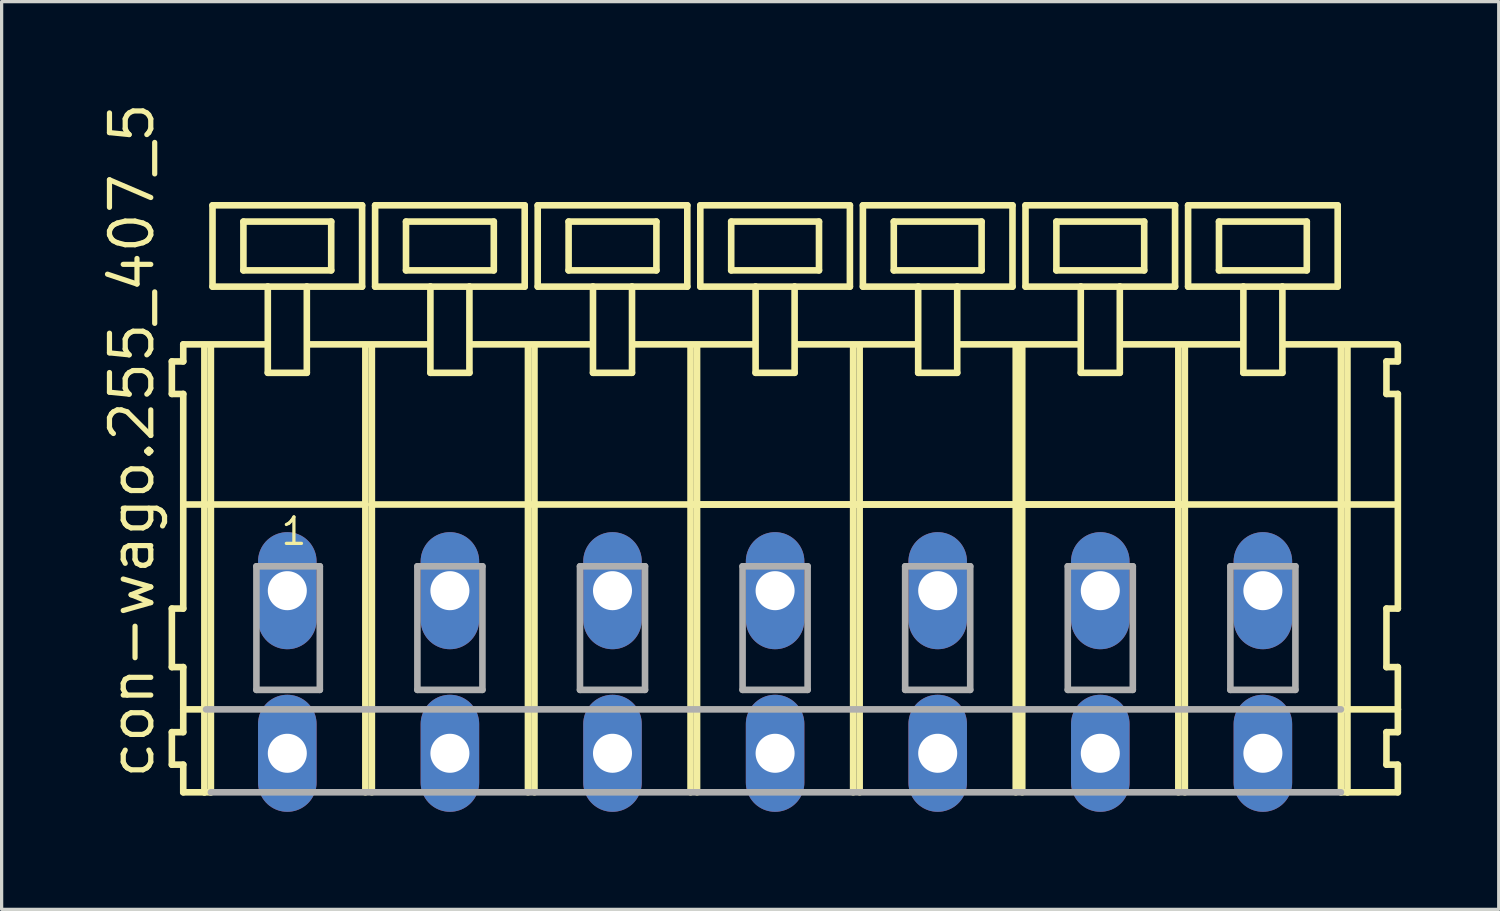
<source format=kicad_pcb>
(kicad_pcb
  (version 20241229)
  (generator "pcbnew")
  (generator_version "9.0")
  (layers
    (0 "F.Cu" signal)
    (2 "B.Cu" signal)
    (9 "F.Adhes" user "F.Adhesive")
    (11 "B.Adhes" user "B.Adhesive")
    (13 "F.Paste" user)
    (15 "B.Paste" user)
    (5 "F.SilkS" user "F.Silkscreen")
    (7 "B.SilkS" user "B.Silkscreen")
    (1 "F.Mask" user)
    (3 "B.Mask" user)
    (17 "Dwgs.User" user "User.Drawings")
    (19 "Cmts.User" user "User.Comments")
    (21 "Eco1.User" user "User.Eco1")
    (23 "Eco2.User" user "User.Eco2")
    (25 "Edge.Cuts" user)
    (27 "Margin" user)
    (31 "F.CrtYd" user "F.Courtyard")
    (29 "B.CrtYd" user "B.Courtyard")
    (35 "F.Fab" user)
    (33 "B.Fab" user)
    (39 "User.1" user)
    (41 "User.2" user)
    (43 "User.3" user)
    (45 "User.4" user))
  (footprint "con-wago.255_407_5"
    (layer "F.Cu")
    (at 18.285 15.114)
    (property "Reference" "con-wago.255_407_5" (at -16.535 5.855 90) (layer "F.SilkS") (effects (font (size 1.27 1.27) (thickness 0.16)) (justify left bottom)))
    (attr through_hole)
    (fp_line (start -16.05 -7.05) (end -16.05 -6.05) (stroke (width 0.203) (type default)) (layer "F.SilkS"))
    (fp_line (start -16.05 -6.05) (end -15.7 -6.05) (stroke (width 0.203) (type default)) (layer "F.SilkS"))
    (fp_line (start -16.05 0.55) (end -16.05 2.35) (stroke (width 0.203) (type default)) (layer "F.SilkS"))
    (fp_line (start -16.05 2.35) (end -15.7 2.35) (stroke (width 0.203) (type default)) (layer "F.SilkS"))
    (fp_line (start -16.05 4.35) (end -16.05 5.35) (stroke (width 0.203) (type default)) (layer "F.SilkS"))
    (fp_line (start -16.05 5.35) (end -15.7 5.35) (stroke (width 0.203) (type default)) (layer "F.SilkS"))
    (fp_line (start -15.7 -7.575) (end -15.7 -7.05) (stroke (width 0.203) (type default)) (layer "F.SilkS"))
    (fp_line (start -15.7 -7.575) (end -13.125 -7.575) (stroke (width 0.203) (type default)) (layer "F.SilkS"))
    (fp_line (start -15.7 -7.05) (end -16.05 -7.05) (stroke (width 0.203) (type default)) (layer "F.SilkS"))
    (fp_line (start -15.7 -6.05) (end -15.7 0.55) (stroke (width 0.203) (type default)) (layer "F.SilkS"))
    (fp_line (start -15.7 0.55) (end -16.05 0.55) (stroke (width 0.203) (type default)) (layer "F.SilkS"))
    (fp_line (start -15.7 2.35) (end -15.7 4.35) (stroke (width 0.203) (type default)) (layer "F.SilkS"))
    (fp_line (start -15.7 3.65) (end -15 3.65) (stroke (width 0.203) (type default)) (layer "F.SilkS"))
    (fp_line (start -15.7 4.35) (end -16.05 4.35) (stroke (width 0.203) (type default)) (layer "F.SilkS"))
    (fp_line (start -15.7 5.35) (end -15.7 6.2) (stroke (width 0.203) (type default)) (layer "F.SilkS"))
    (fp_line (start -15.7 6.2) (end -15.05 6.2) (stroke (width 0.203) (type default)) (layer "F.SilkS"))
    (fp_line (start -15.65 -2.65) (end -10.1 -2.65) (stroke (width 0.203) (type default)) (layer "F.SilkS"))
    (fp_line (start -15.05 -7.55) (end -15.05 6.2) (stroke (width 0.203) (type default)) (layer "F.SilkS"))
    (fp_line (start -15.05 6.2) (end -14.85 6.2) (stroke (width 0.203) (type default)) (layer "F.SilkS"))
    (fp_line (start -14.85 -7.55) (end -14.85 6.2) (stroke (width 0.203) (type default)) (layer "F.SilkS"))
    (fp_line (start -14.8 -11.85) (end -14.8 -9.35) (stroke (width 0.203) (type default)) (layer "F.SilkS"))
    (fp_line (start -14.8 -9.35) (end -13.1 -9.35) (stroke (width 0.203) (type default)) (layer "F.SilkS"))
    (fp_line (start -13.85 -11.35) (end -13.85 -9.85) (stroke (width 0.203) (type default)) (layer "F.SilkS"))
    (fp_line (start -13.85 -9.85) (end -11.15 -9.85) (stroke (width 0.203) (type default)) (layer "F.SilkS"))
    (fp_line (start -13.1 -9.35) (end -13.1 -6.7) (stroke (width 0.203) (type default)) (layer "F.SilkS"))
    (fp_line (start -13.1 -9.35) (end -11.9 -9.35) (stroke (width 0.203) (type default)) (layer "F.SilkS"))
    (fp_line (start -13.1 -6.7) (end -11.9 -6.7) (stroke (width 0.203) (type default)) (layer "F.SilkS"))
    (fp_line (start -11.9 -9.35) (end -10.2 -9.35) (stroke (width 0.203) (type default)) (layer "F.SilkS"))
    (fp_line (start -11.9 -6.7) (end -11.9 -9.35) (stroke (width 0.203) (type default)) (layer "F.SilkS"))
    (fp_line (start -11.825 -7.575) (end -8.125 -7.575) (stroke (width 0.203) (type default)) (layer "F.SilkS"))
    (fp_line (start -11.15 -11.35) (end -13.85 -11.35) (stroke (width 0.203) (type default)) (layer "F.SilkS"))
    (fp_line (start -11.15 -9.85) (end -11.15 -11.35) (stroke (width 0.203) (type default)) (layer "F.SilkS"))
    (fp_line (start -10.2 -11.85) (end -14.8 -11.85) (stroke (width 0.203) (type default)) (layer "F.SilkS"))
    (fp_line (start -10.2 -9.35) (end -10.2 -11.85) (stroke (width 0.203) (type default)) (layer "F.SilkS"))
    (fp_line (start -10.1 -7.55) (end -10.1 -2.65) (stroke (width 0.203) (type default)) (layer "F.SilkS"))
    (fp_line (start -10.1 -2.65) (end -10.1 6.2) (stroke (width 0.203) (type default)) (layer "F.SilkS"))
    (fp_line (start -9.9 -7.55) (end -9.9 -2.65) (stroke (width 0.203) (type default)) (layer "F.SilkS"))
    (fp_line (start -9.9 -2.65) (end -9.9 6.2) (stroke (width 0.203) (type default)) (layer "F.SilkS"))
    (fp_line (start -9.9 -2.65) (end -5.1 -2.65) (stroke (width 0.203) (type default)) (layer "F.SilkS"))
    (fp_line (start -9.8 -11.85) (end -9.8 -9.35) (stroke (width 0.203) (type default)) (layer "F.SilkS"))
    (fp_line (start -9.8 -9.35) (end -8.1 -9.35) (stroke (width 0.203) (type default)) (layer "F.SilkS"))
    (fp_line (start -8.85 -11.35) (end -8.85 -9.85) (stroke (width 0.203) (type default)) (layer "F.SilkS"))
    (fp_line (start -8.85 -9.85) (end -6.15 -9.85) (stroke (width 0.203) (type default)) (layer "F.SilkS"))
    (fp_line (start -8.1 -9.35) (end -8.1 -6.7) (stroke (width 0.203) (type default)) (layer "F.SilkS"))
    (fp_line (start -8.1 -9.35) (end -6.9 -9.35) (stroke (width 0.203) (type default)) (layer "F.SilkS"))
    (fp_line (start -8.1 -6.7) (end -6.9 -6.7) (stroke (width 0.203) (type default)) (layer "F.SilkS"))
    (fp_line (start -6.9 -9.35) (end -5.2 -9.35) (stroke (width 0.203) (type default)) (layer "F.SilkS"))
    (fp_line (start -6.9 -6.7) (end -6.9 -9.35) (stroke (width 0.203) (type default)) (layer "F.SilkS"))
    (fp_line (start -6.875 -7.575) (end -3.125 -7.575) (stroke (width 0.203) (type default)) (layer "F.SilkS"))
    (fp_line (start -6.15 -11.35) (end -8.85 -11.35) (stroke (width 0.203) (type default)) (layer "F.SilkS"))
    (fp_line (start -6.15 -9.85) (end -6.15 -11.35) (stroke (width 0.203) (type default)) (layer "F.SilkS"))
    (fp_line (start -5.2 -11.85) (end -9.8 -11.85) (stroke (width 0.203) (type default)) (layer "F.SilkS"))
    (fp_line (start -5.2 -9.35) (end -5.2 -11.85) (stroke (width 0.203) (type default)) (layer "F.SilkS"))
    (fp_line (start -5.1 -7.55) (end -5.1 -2.65) (stroke (width 0.203) (type default)) (layer "F.SilkS"))
    (fp_line (start -5.1 -2.65) (end -5.1 6.2) (stroke (width 0.203) (type default)) (layer "F.SilkS"))
    (fp_line (start -5.1 -2.65) (end -4.9 -2.65) (stroke (width 0.203) (type default)) (layer "F.SilkS"))
    (fp_line (start -4.9 -7.55) (end -4.9 -2.65) (stroke (width 0.203) (type default)) (layer "F.SilkS"))
    (fp_line (start -4.9 -2.65) (end -4.9 6.2) (stroke (width 0.203) (type default)) (layer "F.SilkS"))
    (fp_line (start -4.9 -2.65) (end -0.1 -2.65) (stroke (width 0.203) (type default)) (layer "F.SilkS"))
    (fp_line (start -4.8 -11.85) (end -4.8 -9.35) (stroke (width 0.203) (type default)) (layer "F.SilkS"))
    (fp_line (start -4.8 -9.35) (end -3.1 -9.35) (stroke (width 0.203) (type default)) (layer "F.SilkS"))
    (fp_line (start -3.85 -11.35) (end -3.85 -9.85) (stroke (width 0.203) (type default)) (layer "F.SilkS"))
    (fp_line (start -3.85 -9.85) (end -1.15 -9.85) (stroke (width 0.203) (type default)) (layer "F.SilkS"))
    (fp_line (start -3.1 -9.35) (end -3.1 -6.7) (stroke (width 0.203) (type default)) (layer "F.SilkS"))
    (fp_line (start -3.1 -9.35) (end -1.9 -9.35) (stroke (width 0.203) (type default)) (layer "F.SilkS"))
    (fp_line (start -3.1 -6.7) (end -1.9 -6.7) (stroke (width 0.203) (type default)) (layer "F.SilkS"))
    (fp_line (start -1.9 -9.35) (end -0.2 -9.35) (stroke (width 0.203) (type default)) (layer "F.SilkS"))
    (fp_line (start -1.9 -6.7) (end -1.9 -9.35) (stroke (width 0.203) (type default)) (layer "F.SilkS"))
    (fp_line (start -1.875 -7.575) (end 1.875 -7.575) (stroke (width 0.203) (type default)) (layer "F.SilkS"))
    (fp_line (start -1.15 -11.35) (end -3.85 -11.35) (stroke (width 0.203) (type default)) (layer "F.SilkS"))
    (fp_line (start -1.15 -9.85) (end -1.15 -11.35) (stroke (width 0.203) (type default)) (layer "F.SilkS"))
    (fp_line (start -0.2 -11.85) (end -4.8 -11.85) (stroke (width 0.203) (type default)) (layer "F.SilkS"))
    (fp_line (start -0.2 -9.35) (end -0.2 -11.85) (stroke (width 0.203) (type default)) (layer "F.SilkS"))
    (fp_line (start -0.1 -7.55) (end -0.1 -2.65) (stroke (width 0.203) (type default)) (layer "F.SilkS"))
    (fp_line (start -0.1 -2.65) (end -0.1 6.2) (stroke (width 0.203) (type default)) (layer "F.SilkS"))
    (fp_line (start -0.1 -2.65) (end 0.1 -2.65) (stroke (width 0.203) (type default)) (layer "F.SilkS"))
    (fp_line (start -0.1 -2.65) (end 19.9 -2.65) (stroke (width 0.203) (type default)) (layer "F.SilkS"))
    (fp_line (start 0.1 -7.55) (end 0.1 -2.65) (stroke (width 0.203) (type default)) (layer "F.SilkS"))
    (fp_line (start 0.1 -2.65) (end 0.1 6.2) (stroke (width 0.203) (type default)) (layer "F.SilkS"))
    (fp_line (start 0.1 -2.65) (end 4.9 -2.65) (stroke (width 0.203) (type default)) (layer "F.SilkS"))
    (fp_line (start 0.2 -11.85) (end 0.2 -9.35) (stroke (width 0.203) (type default)) (layer "F.SilkS"))
    (fp_line (start 0.2 -9.35) (end 1.9 -9.35) (stroke (width 0.203) (type default)) (layer "F.SilkS"))
    (fp_line (start 1.15 -11.35) (end 1.15 -9.85) (stroke (width 0.203) (type default)) (layer "F.SilkS"))
    (fp_line (start 1.15 -9.85) (end 3.85 -9.85) (stroke (width 0.203) (type default)) (layer "F.SilkS"))
    (fp_line (start 1.9 -9.35) (end 1.9 -6.7) (stroke (width 0.203) (type default)) (layer "F.SilkS"))
    (fp_line (start 1.9 -9.35) (end 3.1 -9.35) (stroke (width 0.203) (type default)) (layer "F.SilkS"))
    (fp_line (start 1.9 -6.7) (end 3.1 -6.7) (stroke (width 0.203) (type default)) (layer "F.SilkS"))
    (fp_line (start 3.1 -9.35) (end 4.8 -9.35) (stroke (width 0.203) (type default)) (layer "F.SilkS"))
    (fp_line (start 3.1 -6.7) (end 3.1 -9.35) (stroke (width 0.203) (type default)) (layer "F.SilkS"))
    (fp_line (start 3.125 -7.575) (end 6.875 -7.575) (stroke (width 0.203) (type default)) (layer "F.SilkS"))
    (fp_line (start 3.85 -11.35) (end 1.15 -11.35) (stroke (width 0.203) (type default)) (layer "F.SilkS"))
    (fp_line (start 3.85 -9.85) (end 3.85 -11.35) (stroke (width 0.203) (type default)) (layer "F.SilkS"))
    (fp_line (start 4.8 -11.85) (end 0.2 -11.85) (stroke (width 0.203) (type default)) (layer "F.SilkS"))
    (fp_line (start 4.8 -9.35) (end 4.8 -11.85) (stroke (width 0.203) (type default)) (layer "F.SilkS"))
    (fp_line (start 4.9 -7.55) (end 4.9 -2.65) (stroke (width 0.203) (type default)) (layer "F.SilkS"))
    (fp_line (start 4.9 -2.65) (end 4.9 6.2) (stroke (width 0.203) (type default)) (layer "F.SilkS"))
    (fp_line (start 4.9 -2.65) (end 5.1 -2.65) (stroke (width 0.203) (type default)) (layer "F.SilkS"))
    (fp_line (start 5.1 -7.55) (end 5.1 -2.65) (stroke (width 0.203) (type default)) (layer "F.SilkS"))
    (fp_line (start 5.1 -2.65) (end 5.1 6.2) (stroke (width 0.203) (type default)) (layer "F.SilkS"))
    (fp_line (start 5.1 -2.65) (end 9.9 -2.65) (stroke (width 0.203) (type default)) (layer "F.SilkS"))
    (fp_line (start 5.2 -11.85) (end 5.2 -9.35) (stroke (width 0.203) (type default)) (layer "F.SilkS"))
    (fp_line (start 5.2 -9.35) (end 6.9 -9.35) (stroke (width 0.203) (type default)) (layer "F.SilkS"))
    (fp_line (start 6.15 -11.35) (end 6.15 -9.85) (stroke (width 0.203) (type default)) (layer "F.SilkS"))
    (fp_line (start 6.15 -9.85) (end 8.85 -9.85) (stroke (width 0.203) (type default)) (layer "F.SilkS"))
    (fp_line (start 6.9 -9.35) (end 6.9 -6.7) (stroke (width 0.203) (type default)) (layer "F.SilkS"))
    (fp_line (start 6.9 -9.35) (end 8.1 -9.35) (stroke (width 0.203) (type default)) (layer "F.SilkS"))
    (fp_line (start 6.9 -6.7) (end 8.1 -6.7) (stroke (width 0.203) (type default)) (layer "F.SilkS"))
    (fp_line (start 8.1 -9.35) (end 9.8 -9.35) (stroke (width 0.203) (type default)) (layer "F.SilkS"))
    (fp_line (start 8.1 -6.7) (end 8.1 -9.35) (stroke (width 0.203) (type default)) (layer "F.SilkS"))
    (fp_line (start 8.125 -7.575) (end 11.875 -7.575) (stroke (width 0.203) (type default)) (layer "F.SilkS"))
    (fp_line (start 8.85 -11.35) (end 6.15 -11.35) (stroke (width 0.203) (type default)) (layer "F.SilkS"))
    (fp_line (start 8.85 -9.85) (end 8.85 -11.35) (stroke (width 0.203) (type default)) (layer "F.SilkS"))
    (fp_line (start 9.8 -11.85) (end 5.2 -11.85) (stroke (width 0.203) (type default)) (layer "F.SilkS"))
    (fp_line (start 9.8 -9.35) (end 9.8 -11.85) (stroke (width 0.203) (type default)) (layer "F.SilkS"))
    (fp_line (start 9.9 -7.55) (end 9.9 -2.65) (stroke (width 0.203) (type default)) (layer "F.SilkS"))
    (fp_line (start 9.9 -2.65) (end 9.9 6.2) (stroke (width 0.203) (type default)) (layer "F.SilkS"))
    (fp_line (start 9.9 -2.65) (end 10.1 -2.65) (stroke (width 0.203) (type default)) (layer "F.SilkS"))
    (fp_line (start 10.1 -7.55) (end 10.1 -2.65) (stroke (width 0.203) (type default)) (layer "F.SilkS"))
    (fp_line (start 10.1 -2.65) (end 10.1 6.2) (stroke (width 0.203) (type default)) (layer "F.SilkS"))
    (fp_line (start 10.1 -2.65) (end 14.9 -2.65) (stroke (width 0.203) (type default)) (layer "F.SilkS"))
    (fp_line (start 10.2 -11.85) (end 10.2 -9.35) (stroke (width 0.203) (type default)) (layer "F.SilkS"))
    (fp_line (start 10.2 -9.35) (end 11.9 -9.35) (stroke (width 0.203) (type default)) (layer "F.SilkS"))
    (fp_line (start 11.15 -11.35) (end 11.15 -9.85) (stroke (width 0.203) (type default)) (layer "F.SilkS"))
    (fp_line (start 11.15 -9.85) (end 13.85 -9.85) (stroke (width 0.203) (type default)) (layer "F.SilkS"))
    (fp_line (start 11.9 -9.35) (end 11.9 -6.7) (stroke (width 0.203) (type default)) (layer "F.SilkS"))
    (fp_line (start 11.9 -9.35) (end 13.1 -9.35) (stroke (width 0.203) (type default)) (layer "F.SilkS"))
    (fp_line (start 11.9 -6.7) (end 13.1 -6.7) (stroke (width 0.203) (type default)) (layer "F.SilkS"))
    (fp_line (start 13.1 -9.35) (end 14.8 -9.35) (stroke (width 0.203) (type default)) (layer "F.SilkS"))
    (fp_line (start 13.1 -6.7) (end 13.1 -9.35) (stroke (width 0.203) (type default)) (layer "F.SilkS"))
    (fp_line (start 13.125 -7.575) (end 16.875 -7.575) (stroke (width 0.203) (type default)) (layer "F.SilkS"))
    (fp_line (start 13.85 -11.35) (end 11.15 -11.35) (stroke (width 0.203) (type default)) (layer "F.SilkS"))
    (fp_line (start 13.85 -9.85) (end 13.85 -11.35) (stroke (width 0.203) (type default)) (layer "F.SilkS"))
    (fp_line (start 14.8 -11.85) (end 10.2 -11.85) (stroke (width 0.203) (type default)) (layer "F.SilkS"))
    (fp_line (start 14.8 -9.35) (end 14.8 -11.85) (stroke (width 0.203) (type default)) (layer "F.SilkS"))
    (fp_line (start 14.9 -7.55) (end 14.9 -2.65) (stroke (width 0.203) (type default)) (layer "F.SilkS"))
    (fp_line (start 14.9 -2.65) (end 14.9 6.2) (stroke (width 0.203) (type default)) (layer "F.SilkS"))
    (fp_line (start 14.9 -2.65) (end 15.1 -2.65) (stroke (width 0.203) (type default)) (layer "F.SilkS"))
    (fp_line (start 15.1 -7.55) (end 15.1 -2.65) (stroke (width 0.203) (type default)) (layer "F.SilkS"))
    (fp_line (start 15.1 -2.65) (end 15.1 6.2) (stroke (width 0.203) (type default)) (layer "F.SilkS"))
    (fp_line (start 15.2 -11.85) (end 15.2 -9.35) (stroke (width 0.203) (type default)) (layer "F.SilkS"))
    (fp_line (start 15.2 -9.35) (end 16.9 -9.35) (stroke (width 0.203) (type default)) (layer "F.SilkS"))
    (fp_line (start 16.15 -11.35) (end 16.15 -9.85) (stroke (width 0.203) (type default)) (layer "F.SilkS"))
    (fp_line (start 16.15 -9.85) (end 18.85 -9.85) (stroke (width 0.203) (type default)) (layer "F.SilkS"))
    (fp_line (start 16.9 -9.35) (end 16.9 -6.7) (stroke (width 0.203) (type default)) (layer "F.SilkS"))
    (fp_line (start 16.9 -9.35) (end 18.1 -9.35) (stroke (width 0.203) (type default)) (layer "F.SilkS"))
    (fp_line (start 16.9 -6.7) (end 18.1 -6.7) (stroke (width 0.203) (type default)) (layer "F.SilkS"))
    (fp_line (start 18.1 -9.35) (end 19.8 -9.35) (stroke (width 0.203) (type default)) (layer "F.SilkS"))
    (fp_line (start 18.1 -6.7) (end 18.1 -9.35) (stroke (width 0.203) (type default)) (layer "F.SilkS"))
    (fp_line (start 18.125 -7.575) (end 21.625 -7.575) (stroke (width 0.203) (type default)) (layer "F.SilkS"))
    (fp_line (start 18.85 -11.35) (end 16.15 -11.35) (stroke (width 0.203) (type default)) (layer "F.SilkS"))
    (fp_line (start 18.85 -9.85) (end 18.85 -11.35) (stroke (width 0.203) (type default)) (layer "F.SilkS"))
    (fp_line (start 19.8 -11.85) (end 15.2 -11.85) (stroke (width 0.203) (type default)) (layer "F.SilkS"))
    (fp_line (start 19.8 -9.35) (end 19.8 -11.85) (stroke (width 0.203) (type default)) (layer "F.SilkS"))
    (fp_line (start 19.9 -7.55) (end 19.9 -2.65) (stroke (width 0.203) (type default)) (layer "F.SilkS"))
    (fp_line (start 19.9 -2.65) (end 19.9 6.2) (stroke (width 0.203) (type default)) (layer "F.SilkS"))
    (fp_line (start 19.9 -2.65) (end 20.1 -2.65) (stroke (width 0.203) (type default)) (layer "F.SilkS"))
    (fp_line (start 19.9 6.2) (end 20.1 6.2) (stroke (width 0.203) (type default)) (layer "F.SilkS"))
    (fp_line (start 19.95 3.65) (end 21.65 3.65) (stroke (width 0.203) (type default)) (layer "F.SilkS"))
    (fp_line (start 20.1 -7.55) (end 20.1 -2.65) (stroke (width 0.203) (type default)) (layer "F.SilkS"))
    (fp_line (start 20.1 -2.65) (end 20.1 6.2) (stroke (width 0.203) (type default)) (layer "F.SilkS"))
    (fp_line (start 20.1 -2.65) (end 21.6 -2.65) (stroke (width 0.203) (type default)) (layer "F.SilkS"))
    (fp_line (start 20.1 6.2) (end 21.65 6.2) (stroke (width 0.203) (type default)) (layer "F.SilkS"))
    (fp_line (start 21.3 -7.05) (end 21.3 -6.05) (stroke (width 0.203) (type default)) (layer "F.SilkS"))
    (fp_line (start 21.3 -6.05) (end 21.65 -6.05) (stroke (width 0.203) (type default)) (layer "F.SilkS"))
    (fp_line (start 21.3 0.55) (end 21.3 2.35) (stroke (width 0.203) (type default)) (layer "F.SilkS"))
    (fp_line (start 21.3 2.35) (end 21.65 2.35) (stroke (width 0.203) (type default)) (layer "F.SilkS"))
    (fp_line (start 21.3 4.35) (end 21.3 5.35) (stroke (width 0.203) (type default)) (layer "F.SilkS"))
    (fp_line (start 21.3 5.35) (end 21.65 5.35) (stroke (width 0.203) (type default)) (layer "F.SilkS"))
    (fp_line (start 21.65 -7.05) (end 21.3 -7.05) (stroke (width 0.203) (type default)) (layer "F.SilkS"))
    (fp_line (start 21.65 -7.05) (end 21.65 -7.55) (stroke (width 0.203) (type default)) (layer "F.SilkS"))
    (fp_line (start 21.65 0.55) (end 21.3 0.55) (stroke (width 0.203) (type default)) (layer "F.SilkS"))
    (fp_line (start 21.65 0.55) (end 21.65 -6.05) (stroke (width 0.203) (type default)) (layer "F.SilkS"))
    (fp_line (start 21.65 3.65) (end 21.65 2.35) (stroke (width 0.203) (type default)) (layer "F.SilkS"))
    (fp_line (start 21.65 4.35) (end 21.3 4.35) (stroke (width 0.203) (type default)) (layer "F.SilkS"))
    (fp_line (start 21.65 4.35) (end 21.65 3.65) (stroke (width 0.203) (type default)) (layer "F.SilkS"))
    (fp_line (start 21.65 6.2) (end 21.65 5.35) (stroke (width 0.203) (type default)) (layer "F.SilkS"))
    (fp_line (start -15 3.65) (end 19.9 3.65) (stroke (width 0.203) (type default)) (layer "F.Fab"))
    (fp_line (start -14.85 6.2) (end 19.9 6.2) (stroke (width 0.203) (type default)) (layer "F.Fab"))
    (fp_line (start -13.45 -0.75) (end -13.45 3.05) (stroke (width 0.203) (type default)) (layer "F.Fab"))
    (fp_line (start -13.45 3.05) (end -11.5 3.05) (stroke (width 0.203) (type default)) (layer "F.Fab"))
    (fp_line (start -11.5 -0.75) (end -13.45 -0.75) (stroke (width 0.203) (type default)) (layer "F.Fab"))
    (fp_line (start -11.5 3.05) (end -11.5 -0.75) (stroke (width 0.203) (type default)) (layer "F.Fab"))
    (fp_line (start -8.5 -0.75) (end -8.5 3.05) (stroke (width 0.203) (type default)) (layer "F.Fab"))
    (fp_line (start -8.5 3.05) (end -6.5 3.05) (stroke (width 0.203) (type default)) (layer "F.Fab"))
    (fp_line (start -6.5 -0.75) (end -8.5 -0.75) (stroke (width 0.203) (type default)) (layer "F.Fab"))
    (fp_line (start -6.5 3.05) (end -6.5 -0.75) (stroke (width 0.203) (type default)) (layer "F.Fab"))
    (fp_line (start -3.5 -0.75) (end -3.5 3.05) (stroke (width 0.203) (type default)) (layer "F.Fab"))
    (fp_line (start -3.5 3.05) (end -1.5 3.05) (stroke (width 0.203) (type default)) (layer "F.Fab"))
    (fp_line (start -1.5 -0.75) (end -3.5 -0.75) (stroke (width 0.203) (type default)) (layer "F.Fab"))
    (fp_line (start -1.5 3.05) (end -1.5 -0.75) (stroke (width 0.203) (type default)) (layer "F.Fab"))
    (fp_line (start 1.5 -0.75) (end 1.5 3.05) (stroke (width 0.203) (type default)) (layer "F.Fab"))
    (fp_line (start 1.5 3.05) (end 3.5 3.05) (stroke (width 0.203) (type default)) (layer "F.Fab"))
    (fp_line (start 3.5 -0.75) (end 1.5 -0.75) (stroke (width 0.203) (type default)) (layer "F.Fab"))
    (fp_line (start 3.5 3.05) (end 3.5 -0.75) (stroke (width 0.203) (type default)) (layer "F.Fab"))
    (fp_line (start 6.5 -0.75) (end 6.5 3.05) (stroke (width 0.203) (type default)) (layer "F.Fab"))
    (fp_line (start 6.5 3.05) (end 8.5 3.05) (stroke (width 0.203) (type default)) (layer "F.Fab"))
    (fp_line (start 8.5 -0.75) (end 6.5 -0.75) (stroke (width 0.203) (type default)) (layer "F.Fab"))
    (fp_line (start 8.5 3.05) (end 8.5 -0.75) (stroke (width 0.203) (type default)) (layer "F.Fab"))
    (fp_line (start 11.5 -0.75) (end 11.5 3.05) (stroke (width 0.203) (type default)) (layer "F.Fab"))
    (fp_line (start 11.5 3.05) (end 13.5 3.05) (stroke (width 0.203) (type default)) (layer "F.Fab"))
    (fp_line (start 13.5 -0.75) (end 11.5 -0.75) (stroke (width 0.203) (type default)) (layer "F.Fab"))
    (fp_line (start 13.5 3.05) (end 13.5 -0.75) (stroke (width 0.203) (type default)) (layer "F.Fab"))
    (fp_line (start 16.5 -0.75) (end 16.5 3.05) (stroke (width 0.203) (type default)) (layer "F.Fab"))
    (fp_line (start 16.5 3.05) (end 18.5 3.05) (stroke (width 0.203) (type default)) (layer "F.Fab"))
    (fp_line (start 18.5 -0.75) (end 16.5 -0.75) (stroke (width 0.203) (type default)) (layer "F.Fab"))
    (fp_line (start 18.5 3.05) (end 18.5 -0.75) (stroke (width 0.203) (type default)) (layer "F.Fab"))
    (fp_text user "1" (at -12.75 -1.35 0) (layer "F.SilkS") (effects (font (size 0.813 0.813) (thickness 0.1)) (justify left bottom)))
    (pad "A1" thru_hole oval (at -12.5 0 90) (size 3.6 1.8) (drill 1.2) (layers "*.Cu" "*.Mask"))
    (pad "A2" thru_hole oval (at -7.5 0 90) (size 3.6 1.8) (drill 1.2) (layers "*.Cu" "*.Mask"))
    (pad "A3" thru_hole oval (at -2.5 0 90) (size 3.6 1.8) (drill 1.2) (layers "*.Cu" "*.Mask"))
    (pad "A4" thru_hole oval (at 2.5 0 90) (size 3.6 1.8) (drill 1.2) (layers "*.Cu" "*.Mask"))
    (pad "A5" thru_hole oval (at 7.5 0 90) (size 3.6 1.8) (drill 1.2) (layers "*.Cu" "*.Mask"))
    (pad "A6" thru_hole oval (at 12.5 0 90) (size 3.6 1.8) (drill 1.2) (layers "*.Cu" "*.Mask"))
    (pad "A7" thru_hole oval (at 17.5 0 90) (size 3.6 1.8) (drill 1.2) (layers "*.Cu" "*.Mask"))
    (pad "B1" thru_hole oval (at -12.5 5 90) (size 3.6 1.8) (drill 1.2) (layers "*.Cu" "*.Mask"))
    (pad "B2" thru_hole oval (at -7.5 5 90) (size 3.6 1.8) (drill 1.2) (layers "*.Cu" "*.Mask"))
    (pad "B3" thru_hole oval (at -2.5 5 90) (size 3.6 1.8) (drill 1.2) (layers "*.Cu" "*.Mask"))
    (pad "B4" thru_hole oval (at 2.5 5 90) (size 3.6 1.8) (drill 1.2) (layers "*.Cu" "*.Mask"))
    (pad "B5" thru_hole oval (at 7.5 5 90) (size 3.6 1.8) (drill 1.2) (layers "*.Cu" "*.Mask"))
    (pad "B6" thru_hole oval (at 12.5 5 90) (size 3.6 1.8) (drill 1.2) (layers "*.Cu" "*.Mask"))
    (pad "B7" thru_hole oval (at 17.5 5 90) (size 3.6 1.8) (drill 1.2) (layers "*.Cu" "*.Mask")))
  (gr_rect
    (start -3 -3)
    (end 43.037 24.914)
    (stroke (width 0.1) (type default))
    (fill no)
    (layer "Edge.Cuts")))
</source>
